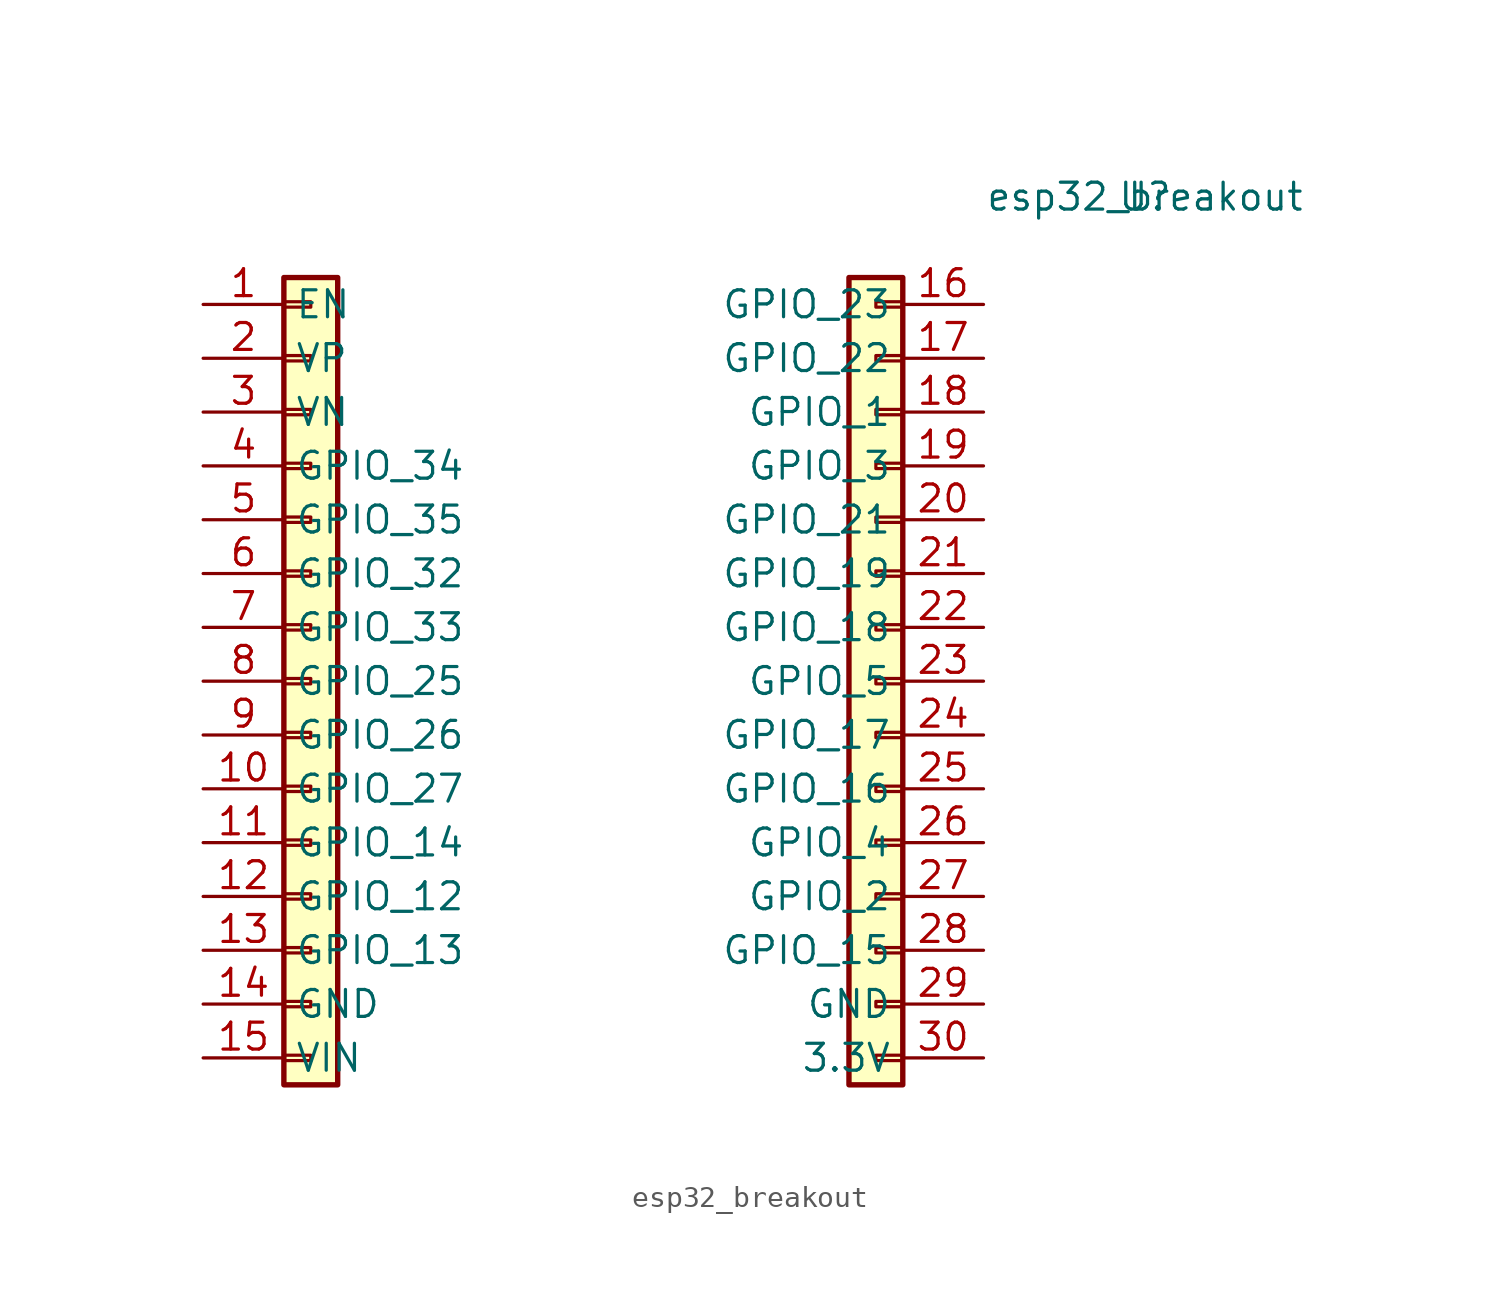
<source format=kicad_sym>
(kicad_symbol_lib
  (version 20211014)
  (generator kicad_symbol_editor)
  (symbol "esp32_breakout"
    (property "Reference" "U"
      (at 17.78 3.81 0)
      (effects (font (size 1.27 1.27))))
    (property "Value" "esp32_breakout"
      (at 17.78 3.81 0)
      (effects (font (size 1.27 1.27))))
    (symbol "esp32_breakout_1_1"
      (rectangle (start -22.86 -36.703) (end -21.59 -36.957) (stroke (width 0.152) (type default) (color 0 0 0 0)) (fill (type none)))
      (rectangle (start -22.86 -34.163) (end -21.59 -34.417) (stroke (width 0.152) (type default) (color 0 0 0 0)) (fill (type none)))
      (rectangle (start -22.86 -31.623) (end -21.59 -31.877) (stroke (width 0.152) (type default) (color 0 0 0 0)) (fill (type none)))
      (rectangle (start -22.86 -29.083) (end -21.59 -29.337) (stroke (width 0.152) (type default) (color 0 0 0 0)) (fill (type none)))
      (rectangle (start -22.86 -26.543) (end -21.59 -26.797) (stroke (width 0.152) (type default) (color 0 0 0 0)) (fill (type none)))
      (rectangle (start -22.86 -24.003) (end -21.59 -24.257) (stroke (width 0.152) (type default) (color 0 0 0 0)) (fill (type none)))
      (rectangle (start -22.86 -21.463) (end -21.59 -21.717) (stroke (width 0.152) (type default) (color 0 0 0 0)) (fill (type none)))
      (rectangle (start -22.86 -18.923) (end -21.59 -19.177) (stroke (width 0.152) (type default) (color 0 0 0 0)) (fill (type none)))
      (rectangle (start -22.86 -16.383) (end -21.59 -16.637) (stroke (width 0.152) (type default) (color 0 0 0 0)) (fill (type none)))
      (rectangle (start -22.86 -13.843) (end -21.59 -14.097) (stroke (width 0.152) (type default) (color 0 0 0 0)) (fill (type none)))
      (rectangle (start -22.86 -11.303) (end -21.59 -11.557) (stroke (width 0.152) (type default) (color 0 0 0 0)) (fill (type none)))
      (rectangle (start -22.86 -8.763) (end -21.59 -9.017) (stroke (width 0.152) (type default) (color 0 0 0 0)) (fill (type none)))
      (rectangle (start -22.86 -6.223) (end -21.59 -6.477) (stroke (width 0.152) (type default) (color 0 0 0 0)) (fill (type none)))
      (rectangle (start -22.86 -3.683) (end -21.59 -3.937) (stroke (width 0.152) (type default) (color 0 0 0 0)) (fill (type none)))
      (rectangle (start -22.86 -1.143) (end -21.59 -1.397) (stroke (width 0.152) (type default) (color 0 0 0 0)) (fill (type none)))
      (rectangle (start -22.86 0) (end -20.32 -38.1) (stroke (width 0.254) (type default) (color 0 0 0 0)) (fill (type background)))
      (rectangle (start 6.35 -38.1) (end 3.81 0) (stroke (width 0.254) (type default) (color 0 0 0 0)) (fill (type background)))
      (rectangle (start 6.35 -36.957) (end 5.08 -36.703) (stroke (width 0.152) (type default) (color 0 0 0 0)) (fill (type none)))
      (rectangle (start 6.35 -34.417) (end 5.08 -34.163) (stroke (width 0.152) (type default) (color 0 0 0 0)) (fill (type none)))
      (rectangle (start 6.35 -31.877) (end 5.08 -31.623) (stroke (width 0.152) (type default) (color 0 0 0 0)) (fill (type none)))
      (rectangle (start 6.35 -29.337) (end 5.08 -29.083) (stroke (width 0.152) (type default) (color 0 0 0 0)) (fill (type none)))
      (rectangle (start 6.35 -26.797) (end 5.08 -26.543) (stroke (width 0.152) (type default) (color 0 0 0 0)) (fill (type none)))
      (rectangle (start 6.35 -24.257) (end 5.08 -24.003) (stroke (width 0.152) (type default) (color 0 0 0 0)) (fill (type none)))
      (rectangle (start 6.35 -21.717) (end 5.08 -21.463) (stroke (width 0.152) (type default) (color 0 0 0 0)) (fill (type none)))
      (rectangle (start 6.35 -19.177) (end 5.08 -18.923) (stroke (width 0.152) (type default) (color 0 0 0 0)) (fill (type none)))
      (rectangle (start 6.35 -16.637) (end 5.08 -16.383) (stroke (width 0.152) (type default) (color 0 0 0 0)) (fill (type none)))
      (rectangle (start 6.35 -14.097) (end 5.08 -13.843) (stroke (width 0.152) (type default) (color 0 0 0 0)) (fill (type none)))
      (rectangle (start 6.35 -11.557) (end 5.08 -11.303) (stroke (width 0.152) (type default) (color 0 0 0 0)) (fill (type none)))
      (rectangle (start 6.35 -9.017) (end 5.08 -8.763) (stroke (width 0.152) (type default) (color 0 0 0 0)) (fill (type none)))
      (rectangle (start 6.35 -6.477) (end 5.08 -6.223) (stroke (width 0.152) (type default) (color 0 0 0 0)) (fill (type none)))
      (rectangle (start 6.35 -3.937) (end 5.08 -3.683) (stroke (width 0.152) (type default) (color 0 0 0 0)) (fill (type none)))
      (rectangle (start 6.35 -1.397) (end 5.08 -1.143) (stroke (width 0.152) (type default) (color 0 0 0 0)) (fill (type none)))
      (pin passive line (at -26.67 -1.27 0) (length 3.81) (name "EN" (effects (font (size 1.27 1.27)))) (number "1" (effects (font (size 1.27 1.27)))))
      (pin passive line (at -26.67 -24.13 0) (length 3.81) (name "GPIO_27" (effects (font (size 1.27 1.27)))) (number "10" (effects (font (size 1.27 1.27)))))
      (pin passive line (at -26.67 -26.67 0) (length 3.81) (name "GPIO_14" (effects (font (size 1.27 1.27)))) (number "11" (effects (font (size 1.27 1.27)))))
      (pin passive line (at -26.67 -29.21 0) (length 3.81) (name "GPIO_12" (effects (font (size 1.27 1.27)))) (number "12" (effects (font (size 1.27 1.27)))))
      (pin passive line (at -26.67 -31.75 0) (length 3.81) (name "GPIO_13" (effects (font (size 1.27 1.27)))) (number "13" (effects (font (size 1.27 1.27)))))
      (pin power_in line (at -26.67 -34.29 0) (length 3.81) (name "GND" (effects (font (size 1.27 1.27)))) (number "14" (effects (font (size 1.27 1.27)))))
      (pin power_in line (at -26.67 -36.83 0) (length 3.81) (name "VIN" (effects (font (size 1.27 1.27)))) (number "15" (effects (font (size 1.27 1.27)))))
      (pin passive line (at 10.16 -1.27 180) (length 3.81) (name "GPIO_23" (effects (font (size 1.27 1.27)))) (number "16" (effects (font (size 1.27 1.27)))))
      (pin passive line (at 10.16 -3.81 180) (length 3.81) (name "GPIO_22" (effects (font (size 1.27 1.27)))) (number "17" (effects (font (size 1.27 1.27)))))
      (pin passive line (at 10.16 -6.35 180) (length 3.81) (name "GPIO_1" (effects (font (size 1.27 1.27)))) (number "18" (effects (font (size 1.27 1.27)))))
      (pin passive line (at 10.16 -8.89 180) (length 3.81) (name "GPIO_3" (effects (font (size 1.27 1.27)))) (number "19" (effects (font (size 1.27 1.27)))))
      (pin unspecified line (at -26.67 -3.81 0) (length 3.81) (name "VP" (effects (font (size 1.27 1.27)))) (number "2" (effects (font (size 1.27 1.27)))))
      (pin passive line (at 10.16 -11.43 180) (length 3.81) (name "GPIO_21" (effects (font (size 1.27 1.27)))) (number "20" (effects (font (size 1.27 1.27)))))
      (pin passive line (at 10.16 -13.97 180) (length 3.81) (name "GPIO_19" (effects (font (size 1.27 1.27)))) (number "21" (effects (font (size 1.27 1.27)))))
      (pin passive line (at 10.16 -16.51 180) (length 3.81) (name "GPIO_18" (effects (font (size 1.27 1.27)))) (number "22" (effects (font (size 1.27 1.27)))))
      (pin passive line (at 10.16 -19.05 180) (length 3.81) (name "GPIO_5" (effects (font (size 1.27 1.27)))) (number "23" (effects (font (size 1.27 1.27)))))
      (pin passive line (at 10.16 -21.59 180) (length 3.81) (name "GPIO_17" (effects (font (size 1.27 1.27)))) (number "24" (effects (font (size 1.27 1.27)))))
      (pin passive line (at 10.16 -24.13 180) (length 3.81) (name "GPIO_16" (effects (font (size 1.27 1.27)))) (number "25" (effects (font (size 1.27 1.27)))))
      (pin bidirectional line (at 10.16 -26.67 180) (length 3.81) (name "GPIO_4" (effects (font (size 1.27 1.27)))) (number "26" (effects (font (size 1.27 1.27)))))
      (pin bidirectional line (at 10.16 -29.21 180) (length 3.81) (name "GPIO_2" (effects (font (size 1.27 1.27)))) (number "27" (effects (font (size 1.27 1.27)))))
      (pin bidirectional line (at 10.16 -31.75 180) (length 3.81) (name "GPIO_15" (effects (font (size 1.27 1.27)))) (number "28" (effects (font (size 1.27 1.27)))))
      (pin power_in line (at 10.16 -34.29 180) (length 3.81) (name "GND" (effects (font (size 1.27 1.27)))) (number "29" (effects (font (size 1.27 1.27)))))
      (pin bidirectional line (at -26.67 -6.35 0) (length 3.81) (name "VN" (effects (font (size 1.27 1.27)))) (number "3" (effects (font (size 1.27 1.27)))))
      (pin power_in line (at 10.16 -36.83 180) (length 3.81) (name "3.3V" (effects (font (size 1.27 1.27)))) (number "30" (effects (font (size 1.27 1.27)))))
      (pin bidirectional line (at -26.67 -8.89 0) (length 3.81) (name "GPIO_34" (effects (font (size 1.27 1.27)))) (number "4" (effects (font (size 1.27 1.27)))))
      (pin passive line (at -26.67 -11.43 0) (length 3.81) (name "GPIO_35" (effects (font (size 1.27 1.27)))) (number "5" (effects (font (size 1.27 1.27)))))
      (pin passive line (at -26.67 -13.97 0) (length 3.81) (name "GPIO_32" (effects (font (size 1.27 1.27)))) (number "6" (effects (font (size 1.27 1.27)))))
      (pin passive line (at -26.67 -16.51 0) (length 3.81) (name "GPIO_33" (effects (font (size 1.27 1.27)))) (number "7" (effects (font (size 1.27 1.27)))))
      (pin passive line (at -26.67 -19.05 0) (length 3.81) (name "GPIO_25" (effects (font (size 1.27 1.27)))) (number "8" (effects (font (size 1.27 1.27)))))
      (pin passive line (at -26.67 -21.59 0) (length 3.81) (name "GPIO_26" (effects (font (size 1.27 1.27)))) (number "9" (effects (font (size 1.27 1.27))))))))
</source>
